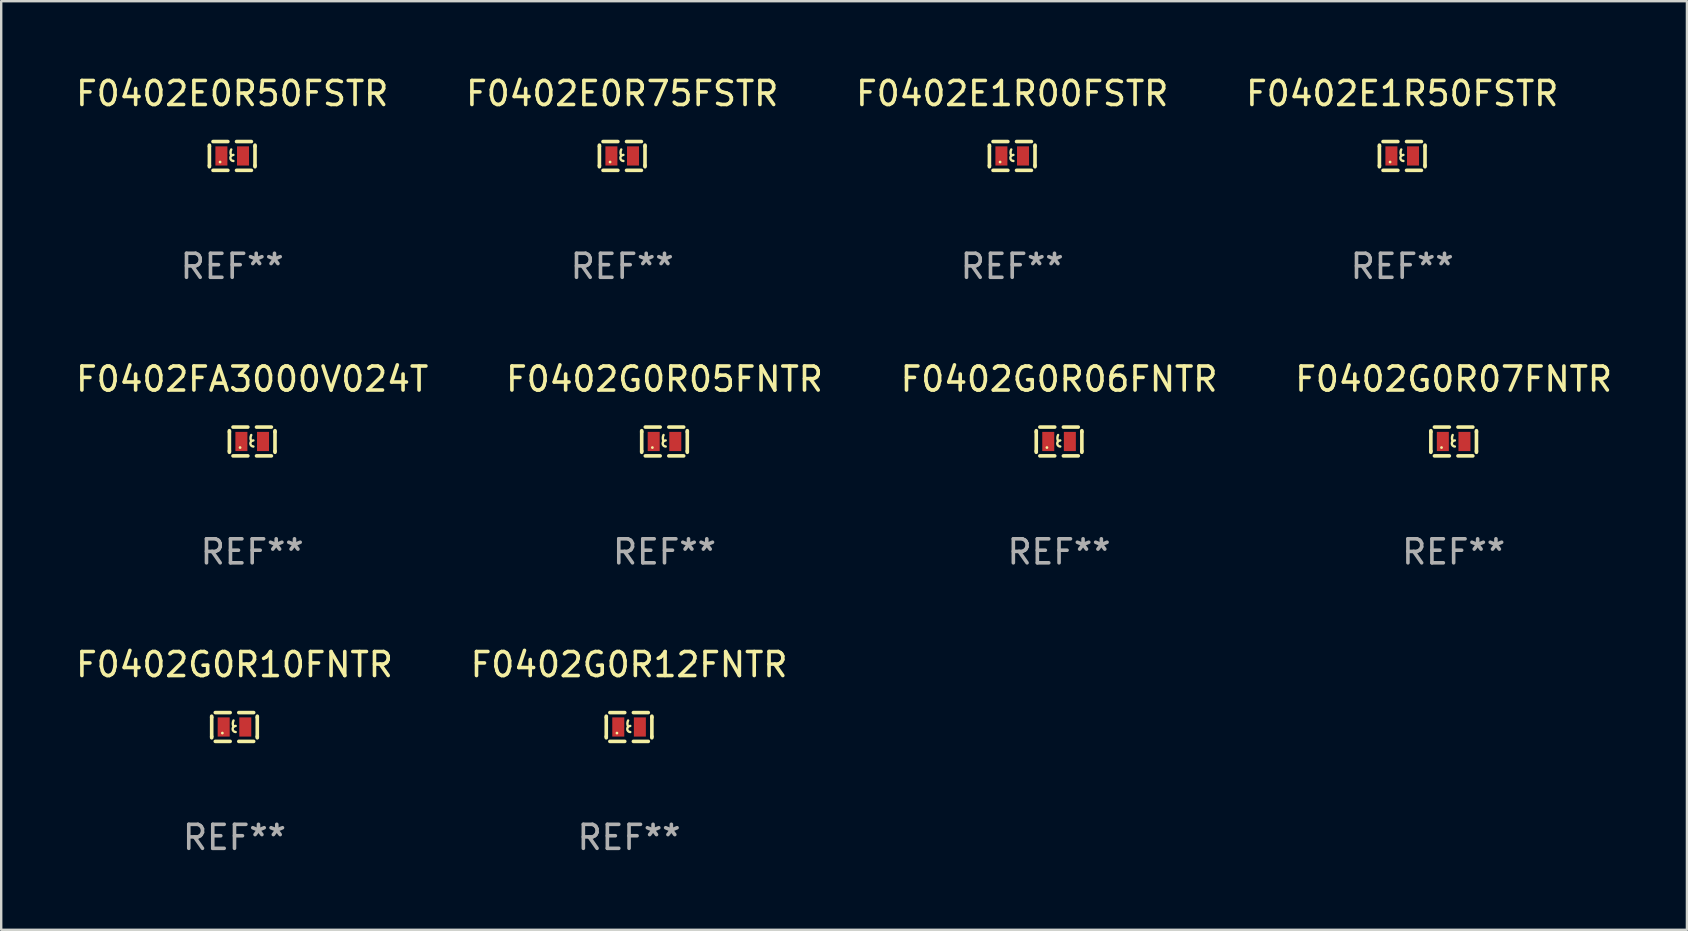
<source format=kicad_pcb>
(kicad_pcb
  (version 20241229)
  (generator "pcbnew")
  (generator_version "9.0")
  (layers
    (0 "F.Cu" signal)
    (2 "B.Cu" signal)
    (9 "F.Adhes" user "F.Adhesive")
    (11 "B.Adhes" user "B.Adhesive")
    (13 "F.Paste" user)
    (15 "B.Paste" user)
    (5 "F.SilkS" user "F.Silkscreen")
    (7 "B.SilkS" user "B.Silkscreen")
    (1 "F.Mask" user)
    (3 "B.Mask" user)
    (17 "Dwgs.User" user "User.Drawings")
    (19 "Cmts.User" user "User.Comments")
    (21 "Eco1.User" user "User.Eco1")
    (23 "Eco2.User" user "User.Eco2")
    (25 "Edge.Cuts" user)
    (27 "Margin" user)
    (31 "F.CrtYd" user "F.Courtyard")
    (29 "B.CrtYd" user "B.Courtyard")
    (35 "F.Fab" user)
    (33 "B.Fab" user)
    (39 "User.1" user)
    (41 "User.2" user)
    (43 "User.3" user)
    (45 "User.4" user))
  (footprint "F0402G0R05FNTR"
    (layer "F.Cu")
    (at 24.637 15.345)
    (property "Reference" "F0402G0R05FNTR" (at 0 -2.6 0) (layer "F.SilkS") (effects (font (size 1 1) (thickness 0.15))))
    (attr through_hole)
    (fp_line (start -0.95 -0.45) (end -0.95 -0.4) (stroke (width 0.15) (type solid)) (layer "F.SilkS"))
    (fp_line (start -0.95 -0.4) (end -0.95 0.4) (stroke (width 0.15) (type solid)) (layer "F.SilkS"))
    (fp_line (start -0.95 0.45) (end -0.95 0.4) (stroke (width 0.15) (type solid)) (layer "F.SilkS"))
    (fp_line (start -0.18 -0.6) (end -0.8 -0.6) (stroke (width 0.15) (type solid)) (layer "F.SilkS"))
    (fp_line (start -0.18 0.6) (end -0.8 0.6) (stroke (width 0.15) (type solid)) (layer "F.SilkS"))
    (fp_line (start 0.18 -0.6) (end 0.8 -0.6) (stroke (width 0.15) (type solid)) (layer "F.SilkS"))
    (fp_line (start 0.18 0.6) (end 0.8 0.6) (stroke (width 0.15) (type solid)) (layer "F.SilkS"))
    (fp_line (start 0.95 -0.45) (end 0.95 -0.4) (stroke (width 0.15) (type solid)) (layer "F.SilkS"))
    (fp_line (start 0.95 -0.4) (end 0.95 0.4) (stroke (width 0.15) (type solid)) (layer "F.SilkS"))
    (fp_line (start 0.95 0.45) (end 0.95 0.4) (stroke (width 0.15) (type solid)) (layer "F.SilkS"))
    (fp_arc (start -0.039942 -0.016052) (mid -0.069923 -0.143053) (end -0.039942 -0.270053) (stroke (width 0.1) (type solid)) (layer "F.SilkS"))
    (fp_arc (start 0.050076 0.209957) (mid -0.076924 0.082957) (end 0.050076 -0.044043) (stroke (width 0.1) (type solid)) (layer "F.SilkS"))
    (fp_circle (center -0.505 0.253) (end -0.475 0.253) (stroke (width 0.06) (type solid)) (fill no) (layer "F.SilkS"))
    (fp_text user "REF**" (at 0 4.6 0) (layer "F.Fab") (effects (font (size 1 1) (thickness 0.15))))
    (pad "1" smd rect (at -0.45 -0.000051) (size 0.5 0.8) (layers "F.Cu" "F.Mask" "F.Paste"))
    (pad "2" smd rect (at 0.45 -0.000051) (size 0.5 0.8) (layers "F.Cu" "F.Mask" "F.Paste")))
  (footprint "F0402E0R75FSTR"
    (layer "F.Cu")
    (at 22.875 3.448)
    (property "Reference" "F0402E0R75FSTR" (at 0 -2.6 0) (layer "F.SilkS") (effects (font (size 1 1) (thickness 0.15))))
    (attr through_hole)
    (fp_line (start -0.95 -0.45) (end -0.95 -0.4) (stroke (width 0.15) (type solid)) (layer "F.SilkS"))
    (fp_line (start -0.95 -0.4) (end -0.95 0.4) (stroke (width 0.15) (type solid)) (layer "F.SilkS"))
    (fp_line (start -0.95 0.45) (end -0.95 0.4) (stroke (width 0.15) (type solid)) (layer "F.SilkS"))
    (fp_line (start -0.18 -0.6) (end -0.8 -0.6) (stroke (width 0.15) (type solid)) (layer "F.SilkS"))
    (fp_line (start -0.18 0.6) (end -0.8 0.6) (stroke (width 0.15) (type solid)) (layer "F.SilkS"))
    (fp_line (start 0.18 -0.6) (end 0.8 -0.6) (stroke (width 0.15) (type solid)) (layer "F.SilkS"))
    (fp_line (start 0.18 0.6) (end 0.8 0.6) (stroke (width 0.15) (type solid)) (layer "F.SilkS"))
    (fp_line (start 0.95 -0.45) (end 0.95 -0.4) (stroke (width 0.15) (type solid)) (layer "F.SilkS"))
    (fp_line (start 0.95 -0.4) (end 0.95 0.4) (stroke (width 0.15) (type solid)) (layer "F.SilkS"))
    (fp_line (start 0.95 0.45) (end 0.95 0.4) (stroke (width 0.15) (type solid)) (layer "F.SilkS"))
    (fp_arc (start -0.039942 -0.016052) (mid -0.069923 -0.143053) (end -0.039942 -0.270053) (stroke (width 0.1) (type solid)) (layer "F.SilkS"))
    (fp_arc (start 0.050076 0.209957) (mid -0.076924 0.082957) (end 0.050076 -0.044043) (stroke (width 0.1) (type solid)) (layer "F.SilkS"))
    (fp_circle (center -0.505 0.253) (end -0.475 0.253) (stroke (width 0.06) (type solid)) (fill no) (layer "F.SilkS"))
    (fp_text user "REF**" (at 0 4.6 0) (layer "F.Fab") (effects (font (size 1 1) (thickness 0.15))))
    (pad "1" smd rect (at -0.45 -0.000051) (size 0.5 0.8) (layers "F.Cu" "F.Mask" "F.Paste"))
    (pad "2" smd rect (at 0.45 -0.000051) (size 0.5 0.8) (layers "F.Cu" "F.Mask" "F.Paste")))
  (footprint "F0402E1R50FSTR"
    (layer "F.Cu")
    (at 55.375 3.448)
    (property "Reference" "F0402E1R50FSTR" (at 0 -2.6 0) (layer "F.SilkS") (effects (font (size 1 1) (thickness 0.15))))
    (attr through_hole)
    (fp_line (start -0.95 -0.45) (end -0.95 -0.4) (stroke (width 0.15) (type solid)) (layer "F.SilkS"))
    (fp_line (start -0.95 -0.4) (end -0.95 0.4) (stroke (width 0.15) (type solid)) (layer "F.SilkS"))
    (fp_line (start -0.95 0.45) (end -0.95 0.4) (stroke (width 0.15) (type solid)) (layer "F.SilkS"))
    (fp_line (start -0.18 -0.6) (end -0.8 -0.6) (stroke (width 0.15) (type solid)) (layer "F.SilkS"))
    (fp_line (start -0.18 0.6) (end -0.8 0.6) (stroke (width 0.15) (type solid)) (layer "F.SilkS"))
    (fp_line (start 0.18 -0.6) (end 0.8 -0.6) (stroke (width 0.15) (type solid)) (layer "F.SilkS"))
    (fp_line (start 0.18 0.6) (end 0.8 0.6) (stroke (width 0.15) (type solid)) (layer "F.SilkS"))
    (fp_line (start 0.95 -0.45) (end 0.95 -0.4) (stroke (width 0.15) (type solid)) (layer "F.SilkS"))
    (fp_line (start 0.95 -0.4) (end 0.95 0.4) (stroke (width 0.15) (type solid)) (layer "F.SilkS"))
    (fp_line (start 0.95 0.45) (end 0.95 0.4) (stroke (width 0.15) (type solid)) (layer "F.SilkS"))
    (fp_arc (start -0.039942 -0.016052) (mid -0.069923 -0.143053) (end -0.039942 -0.270053) (stroke (width 0.1) (type solid)) (layer "F.SilkS"))
    (fp_arc (start 0.050076 0.209957) (mid -0.076924 0.082957) (end 0.050076 -0.044043) (stroke (width 0.1) (type solid)) (layer "F.SilkS"))
    (fp_circle (center -0.505 0.253) (end -0.475 0.253) (stroke (width 0.06) (type solid)) (fill no) (layer "F.SilkS"))
    (fp_text user "REF**" (at 0 4.6 0) (layer "F.Fab") (effects (font (size 1 1) (thickness 0.15))))
    (pad "1" smd rect (at -0.45 -0.000051) (size 0.5 0.8) (layers "F.Cu" "F.Mask" "F.Paste"))
    (pad "2" smd rect (at 0.45 -0.000051) (size 0.5 0.8) (layers "F.Cu" "F.Mask" "F.Paste")))
  (footprint "F0402G0R12FNTR"
    (layer "F.Cu")
    (at 23.161 27.241)
    (property "Reference" "F0402G0R12FNTR" (at 0 -2.6 0) (layer "F.SilkS") (effects (font (size 1 1) (thickness 0.15))))
    (attr through_hole)
    (fp_line (start -0.95 -0.45) (end -0.95 -0.4) (stroke (width 0.15) (type solid)) (layer "F.SilkS"))
    (fp_line (start -0.95 -0.4) (end -0.95 0.4) (stroke (width 0.15) (type solid)) (layer "F.SilkS"))
    (fp_line (start -0.95 0.45) (end -0.95 0.4) (stroke (width 0.15) (type solid)) (layer "F.SilkS"))
    (fp_line (start -0.18 -0.6) (end -0.8 -0.6) (stroke (width 0.15) (type solid)) (layer "F.SilkS"))
    (fp_line (start -0.18 0.6) (end -0.8 0.6) (stroke (width 0.15) (type solid)) (layer "F.SilkS"))
    (fp_line (start 0.18 -0.6) (end 0.8 -0.6) (stroke (width 0.15) (type solid)) (layer "F.SilkS"))
    (fp_line (start 0.18 0.6) (end 0.8 0.6) (stroke (width 0.15) (type solid)) (layer "F.SilkS"))
    (fp_line (start 0.95 -0.45) (end 0.95 -0.4) (stroke (width 0.15) (type solid)) (layer "F.SilkS"))
    (fp_line (start 0.95 -0.4) (end 0.95 0.4) (stroke (width 0.15) (type solid)) (layer "F.SilkS"))
    (fp_line (start 0.95 0.45) (end 0.95 0.4) (stroke (width 0.15) (type solid)) (layer "F.SilkS"))
    (fp_arc (start -0.039942 -0.016052) (mid -0.069923 -0.143053) (end -0.039942 -0.270053) (stroke (width 0.1) (type solid)) (layer "F.SilkS"))
    (fp_arc (start 0.050076 0.209957) (mid -0.076924 0.082957) (end 0.050076 -0.044043) (stroke (width 0.1) (type solid)) (layer "F.SilkS"))
    (fp_circle (center -0.505 0.253) (end -0.475 0.253) (stroke (width 0.06) (type solid)) (fill no) (layer "F.SilkS"))
    (fp_text user "REF**" (at 0 4.6 0) (layer "F.Fab") (effects (font (size 1 1) (thickness 0.15))))
    (pad "1" smd rect (at -0.45 -0.000051) (size 0.5 0.8) (layers "F.Cu" "F.Mask" "F.Paste"))
    (pad "2" smd rect (at 0.45 -0.000051) (size 0.5 0.8) (layers "F.Cu" "F.Mask" "F.Paste")))
  (footprint "F0402G0R10FNTR"
    (layer "F.Cu")
    (at 6.72 27.241)
    (property "Reference" "F0402G0R10FNTR" (at 0 -2.6 0) (layer "F.SilkS") (effects (font (size 1 1) (thickness 0.15))))
    (attr through_hole)
    (fp_line (start -0.95 -0.45) (end -0.95 -0.4) (stroke (width 0.15) (type solid)) (layer "F.SilkS"))
    (fp_line (start -0.95 -0.4) (end -0.95 0.4) (stroke (width 0.15) (type solid)) (layer "F.SilkS"))
    (fp_line (start -0.95 0.45) (end -0.95 0.4) (stroke (width 0.15) (type solid)) (layer "F.SilkS"))
    (fp_line (start -0.18 -0.6) (end -0.8 -0.6) (stroke (width 0.15) (type solid)) (layer "F.SilkS"))
    (fp_line (start -0.18 0.6) (end -0.8 0.6) (stroke (width 0.15) (type solid)) (layer "F.SilkS"))
    (fp_line (start 0.18 -0.6) (end 0.8 -0.6) (stroke (width 0.15) (type solid)) (layer "F.SilkS"))
    (fp_line (start 0.18 0.6) (end 0.8 0.6) (stroke (width 0.15) (type solid)) (layer "F.SilkS"))
    (fp_line (start 0.95 -0.45) (end 0.95 -0.4) (stroke (width 0.15) (type solid)) (layer "F.SilkS"))
    (fp_line (start 0.95 -0.4) (end 0.95 0.4) (stroke (width 0.15) (type solid)) (layer "F.SilkS"))
    (fp_line (start 0.95 0.45) (end 0.95 0.4) (stroke (width 0.15) (type solid)) (layer "F.SilkS"))
    (fp_arc (start -0.039942 -0.016052) (mid -0.069923 -0.143053) (end -0.039942 -0.270053) (stroke (width 0.1) (type solid)) (layer "F.SilkS"))
    (fp_arc (start 0.050076 0.209957) (mid -0.076924 0.082957) (end 0.050076 -0.044043) (stroke (width 0.1) (type solid)) (layer "F.SilkS"))
    (fp_circle (center -0.505 0.253) (end -0.475 0.253) (stroke (width 0.06) (type solid)) (fill no) (layer "F.SilkS"))
    (fp_text user "REF**" (at 0 4.6 0) (layer "F.Fab") (effects (font (size 1 1) (thickness 0.15))))
    (pad "1" smd rect (at -0.45 -0.000051) (size 0.5 0.8) (layers "F.Cu" "F.Mask" "F.Paste"))
    (pad "2" smd rect (at 0.45 -0.000051) (size 0.5 0.8) (layers "F.Cu" "F.Mask" "F.Paste")))
  (footprint "F0402FA3000V024T"
    (layer "F.Cu")
    (at 7.458 15.345)
    (property "Reference" "F0402FA3000V024T" (at 0 -2.6 0) (layer "F.SilkS") (effects (font (size 1 1) (thickness 0.15))))
    (attr through_hole)
    (fp_line (start -0.95 -0.45) (end -0.95 -0.4) (stroke (width 0.15) (type solid)) (layer "F.SilkS"))
    (fp_line (start -0.95 -0.4) (end -0.95 0.4) (stroke (width 0.15) (type solid)) (layer "F.SilkS"))
    (fp_line (start -0.95 0.45) (end -0.95 0.4) (stroke (width 0.15) (type solid)) (layer "F.SilkS"))
    (fp_line (start -0.18 -0.6) (end -0.8 -0.6) (stroke (width 0.15) (type solid)) (layer "F.SilkS"))
    (fp_line (start -0.18 0.6) (end -0.8 0.6) (stroke (width 0.15) (type solid)) (layer "F.SilkS"))
    (fp_line (start 0.18 -0.6) (end 0.8 -0.6) (stroke (width 0.15) (type solid)) (layer "F.SilkS"))
    (fp_line (start 0.18 0.6) (end 0.8 0.6) (stroke (width 0.15) (type solid)) (layer "F.SilkS"))
    (fp_line (start 0.95 -0.45) (end 0.95 -0.4) (stroke (width 0.15) (type solid)) (layer "F.SilkS"))
    (fp_line (start 0.95 -0.4) (end 0.95 0.4) (stroke (width 0.15) (type solid)) (layer "F.SilkS"))
    (fp_line (start 0.95 0.45) (end 0.95 0.4) (stroke (width 0.15) (type solid)) (layer "F.SilkS"))
    (fp_arc (start -0.039942 -0.016052) (mid -0.069923 -0.143053) (end -0.039942 -0.270053) (stroke (width 0.1) (type solid)) (layer "F.SilkS"))
    (fp_arc (start 0.050076 0.209957) (mid -0.076924 0.082957) (end 0.050076 -0.044043) (stroke (width 0.1) (type solid)) (layer "F.SilkS"))
    (fp_circle (center -0.505 0.253) (end -0.475 0.253) (stroke (width 0.06) (type solid)) (fill no) (layer "F.SilkS"))
    (fp_text user "REF**" (at 0 4.6 0) (layer "F.Fab") (effects (font (size 1 1) (thickness 0.15))))
    (pad "1" smd rect (at -0.45 -0.000051) (size 0.5 0.8) (layers "F.Cu" "F.Mask" "F.Paste"))
    (pad "2" smd rect (at 0.45 -0.000051) (size 0.5 0.8) (layers "F.Cu" "F.Mask" "F.Paste")))
  (footprint "F0402G0R07FNTR"
    (layer "F.Cu")
    (at 57.518 15.345)
    (property "Reference" "F0402G0R07FNTR" (at 0 -2.6 0) (layer "F.SilkS") (effects (font (size 1 1) (thickness 0.15))))
    (attr through_hole)
    (fp_line (start -0.95 -0.45) (end -0.95 -0.4) (stroke (width 0.15) (type solid)) (layer "F.SilkS"))
    (fp_line (start -0.95 -0.4) (end -0.95 0.4) (stroke (width 0.15) (type solid)) (layer "F.SilkS"))
    (fp_line (start -0.95 0.45) (end -0.95 0.4) (stroke (width 0.15) (type solid)) (layer "F.SilkS"))
    (fp_line (start -0.18 -0.6) (end -0.8 -0.6) (stroke (width 0.15) (type solid)) (layer "F.SilkS"))
    (fp_line (start -0.18 0.6) (end -0.8 0.6) (stroke (width 0.15) (type solid)) (layer "F.SilkS"))
    (fp_line (start 0.18 -0.6) (end 0.8 -0.6) (stroke (width 0.15) (type solid)) (layer "F.SilkS"))
    (fp_line (start 0.18 0.6) (end 0.8 0.6) (stroke (width 0.15) (type solid)) (layer "F.SilkS"))
    (fp_line (start 0.95 -0.45) (end 0.95 -0.4) (stroke (width 0.15) (type solid)) (layer "F.SilkS"))
    (fp_line (start 0.95 -0.4) (end 0.95 0.4) (stroke (width 0.15) (type solid)) (layer "F.SilkS"))
    (fp_line (start 0.95 0.45) (end 0.95 0.4) (stroke (width 0.15) (type solid)) (layer "F.SilkS"))
    (fp_arc (start -0.039942 -0.016052) (mid -0.069923 -0.143053) (end -0.039942 -0.270053) (stroke (width 0.1) (type solid)) (layer "F.SilkS"))
    (fp_arc (start 0.050076 0.209957) (mid -0.076924 0.082957) (end 0.050076 -0.044043) (stroke (width 0.1) (type solid)) (layer "F.SilkS"))
    (fp_circle (center -0.505 0.253) (end -0.475 0.253) (stroke (width 0.06) (type solid)) (fill no) (layer "F.SilkS"))
    (fp_text user "REF**" (at 0 4.6 0) (layer "F.Fab") (effects (font (size 1 1) (thickness 0.15))))
    (pad "1" smd rect (at -0.45 -0.000051) (size 0.5 0.8) (layers "F.Cu" "F.Mask" "F.Paste"))
    (pad "2" smd rect (at 0.45 -0.000051) (size 0.5 0.8) (layers "F.Cu" "F.Mask" "F.Paste")))
  (footprint "F0402G0R06FNTR"
    (layer "F.Cu")
    (at 41.077 15.345)
    (property "Reference" "F0402G0R06FNTR" (at 0 -2.6 0) (layer "F.SilkS") (effects (font (size 1 1) (thickness 0.15))))
    (attr through_hole)
    (fp_line (start -0.95 -0.45) (end -0.95 -0.4) (stroke (width 0.15) (type solid)) (layer "F.SilkS"))
    (fp_line (start -0.95 -0.4) (end -0.95 0.4) (stroke (width 0.15) (type solid)) (layer "F.SilkS"))
    (fp_line (start -0.95 0.45) (end -0.95 0.4) (stroke (width 0.15) (type solid)) (layer "F.SilkS"))
    (fp_line (start -0.18 -0.6) (end -0.8 -0.6) (stroke (width 0.15) (type solid)) (layer "F.SilkS"))
    (fp_line (start -0.18 0.6) (end -0.8 0.6) (stroke (width 0.15) (type solid)) (layer "F.SilkS"))
    (fp_line (start 0.18 -0.6) (end 0.8 -0.6) (stroke (width 0.15) (type solid)) (layer "F.SilkS"))
    (fp_line (start 0.18 0.6) (end 0.8 0.6) (stroke (width 0.15) (type solid)) (layer "F.SilkS"))
    (fp_line (start 0.95 -0.45) (end 0.95 -0.4) (stroke (width 0.15) (type solid)) (layer "F.SilkS"))
    (fp_line (start 0.95 -0.4) (end 0.95 0.4) (stroke (width 0.15) (type solid)) (layer "F.SilkS"))
    (fp_line (start 0.95 0.45) (end 0.95 0.4) (stroke (width 0.15) (type solid)) (layer "F.SilkS"))
    (fp_arc (start -0.039942 -0.016052) (mid -0.069923 -0.143053) (end -0.039942 -0.270053) (stroke (width 0.1) (type solid)) (layer "F.SilkS"))
    (fp_arc (start 0.050076 0.209957) (mid -0.076924 0.082957) (end 0.050076 -0.044043) (stroke (width 0.1) (type solid)) (layer "F.SilkS"))
    (fp_circle (center -0.505 0.253) (end -0.475 0.253) (stroke (width 0.06) (type solid)) (fill no) (layer "F.SilkS"))
    (fp_text user "REF**" (at 0 4.6 0) (layer "F.Fab") (effects (font (size 1 1) (thickness 0.15))))
    (pad "1" smd rect (at -0.45 -0.000051) (size 0.5 0.8) (layers "F.Cu" "F.Mask" "F.Paste"))
    (pad "2" smd rect (at 0.45 -0.000051) (size 0.5 0.8) (layers "F.Cu" "F.Mask" "F.Paste")))
  (footprint "F0402E1R00FSTR"
    (layer "F.Cu")
    (at 39.125 3.448)
    (property "Reference" "F0402E1R00FSTR" (at 0 -2.6 0) (layer "F.SilkS") (effects (font (size 1 1) (thickness 0.15))))
    (attr through_hole)
    (fp_line (start -0.95 -0.45) (end -0.95 -0.4) (stroke (width 0.15) (type solid)) (layer "F.SilkS"))
    (fp_line (start -0.95 -0.4) (end -0.95 0.4) (stroke (width 0.15) (type solid)) (layer "F.SilkS"))
    (fp_line (start -0.95 0.45) (end -0.95 0.4) (stroke (width 0.15) (type solid)) (layer "F.SilkS"))
    (fp_line (start -0.18 -0.6) (end -0.8 -0.6) (stroke (width 0.15) (type solid)) (layer "F.SilkS"))
    (fp_line (start -0.18 0.6) (end -0.8 0.6) (stroke (width 0.15) (type solid)) (layer "F.SilkS"))
    (fp_line (start 0.18 -0.6) (end 0.8 -0.6) (stroke (width 0.15) (type solid)) (layer "F.SilkS"))
    (fp_line (start 0.18 0.6) (end 0.8 0.6) (stroke (width 0.15) (type solid)) (layer "F.SilkS"))
    (fp_line (start 0.95 -0.45) (end 0.95 -0.4) (stroke (width 0.15) (type solid)) (layer "F.SilkS"))
    (fp_line (start 0.95 -0.4) (end 0.95 0.4) (stroke (width 0.15) (type solid)) (layer "F.SilkS"))
    (fp_line (start 0.95 0.45) (end 0.95 0.4) (stroke (width 0.15) (type solid)) (layer "F.SilkS"))
    (fp_arc (start -0.039942 -0.016052) (mid -0.069923 -0.143053) (end -0.039942 -0.270053) (stroke (width 0.1) (type solid)) (layer "F.SilkS"))
    (fp_arc (start 0.050076 0.209957) (mid -0.076924 0.082957) (end 0.050076 -0.044043) (stroke (width 0.1) (type solid)) (layer "F.SilkS"))
    (fp_circle (center -0.505 0.253) (end -0.475 0.253) (stroke (width 0.06) (type solid)) (fill no) (layer "F.SilkS"))
    (fp_text user "REF**" (at 0 4.6 0) (layer "F.Fab") (effects (font (size 1 1) (thickness 0.15))))
    (pad "1" smd rect (at -0.45 -0.000051) (size 0.5 0.8) (layers "F.Cu" "F.Mask" "F.Paste"))
    (pad "2" smd rect (at 0.45 -0.000051) (size 0.5 0.8) (layers "F.Cu" "F.Mask" "F.Paste")))
  (footprint "F0402E0R50FSTR"
    (layer "F.Cu")
    (at 6.625 3.448)
    (property "Reference" "F0402E0R50FSTR" (at 0 -2.6 0) (layer "F.SilkS") (effects (font (size 1 1) (thickness 0.15))))
    (attr through_hole)
    (fp_line (start -0.95 -0.45) (end -0.95 -0.4) (stroke (width 0.15) (type solid)) (layer "F.SilkS"))
    (fp_line (start -0.95 -0.4) (end -0.95 0.4) (stroke (width 0.15) (type solid)) (layer "F.SilkS"))
    (fp_line (start -0.95 0.45) (end -0.95 0.4) (stroke (width 0.15) (type solid)) (layer "F.SilkS"))
    (fp_line (start -0.18 -0.6) (end -0.8 -0.6) (stroke (width 0.15) (type solid)) (layer "F.SilkS"))
    (fp_line (start -0.18 0.6) (end -0.8 0.6) (stroke (width 0.15) (type solid)) (layer "F.SilkS"))
    (fp_line (start 0.18 -0.6) (end 0.8 -0.6) (stroke (width 0.15) (type solid)) (layer "F.SilkS"))
    (fp_line (start 0.18 0.6) (end 0.8 0.6) (stroke (width 0.15) (type solid)) (layer "F.SilkS"))
    (fp_line (start 0.95 -0.45) (end 0.95 -0.4) (stroke (width 0.15) (type solid)) (layer "F.SilkS"))
    (fp_line (start 0.95 -0.4) (end 0.95 0.4) (stroke (width 0.15) (type solid)) (layer "F.SilkS"))
    (fp_line (start 0.95 0.45) (end 0.95 0.4) (stroke (width 0.15) (type solid)) (layer "F.SilkS"))
    (fp_arc (start -0.039942 -0.016052) (mid -0.069923 -0.143053) (end -0.039942 -0.270053) (stroke (width 0.1) (type solid)) (layer "F.SilkS"))
    (fp_arc (start 0.050076 0.209957) (mid -0.076924 0.082957) (end 0.050076 -0.044043) (stroke (width 0.1) (type solid)) (layer "F.SilkS"))
    (fp_circle (center -0.505 0.253) (end -0.475 0.253) (stroke (width 0.06) (type solid)) (fill no) (layer "F.SilkS"))
    (fp_text user "REF**" (at 0 4.6 0) (layer "F.Fab") (effects (font (size 1 1) (thickness 0.15))))
    (pad "1" smd rect (at -0.45 -0.000051) (size 0.5 0.8) (layers "F.Cu" "F.Mask" "F.Paste"))
    (pad "2" smd rect (at 0.45 -0.000051) (size 0.5 0.8) (layers "F.Cu" "F.Mask" "F.Paste")))
  (gr_rect
    (start -3 -3)
    (end 67.238 35.69)
    (stroke (width 0.1) (type default))
    (fill no)
    (layer "Edge.Cuts")))
</source>
